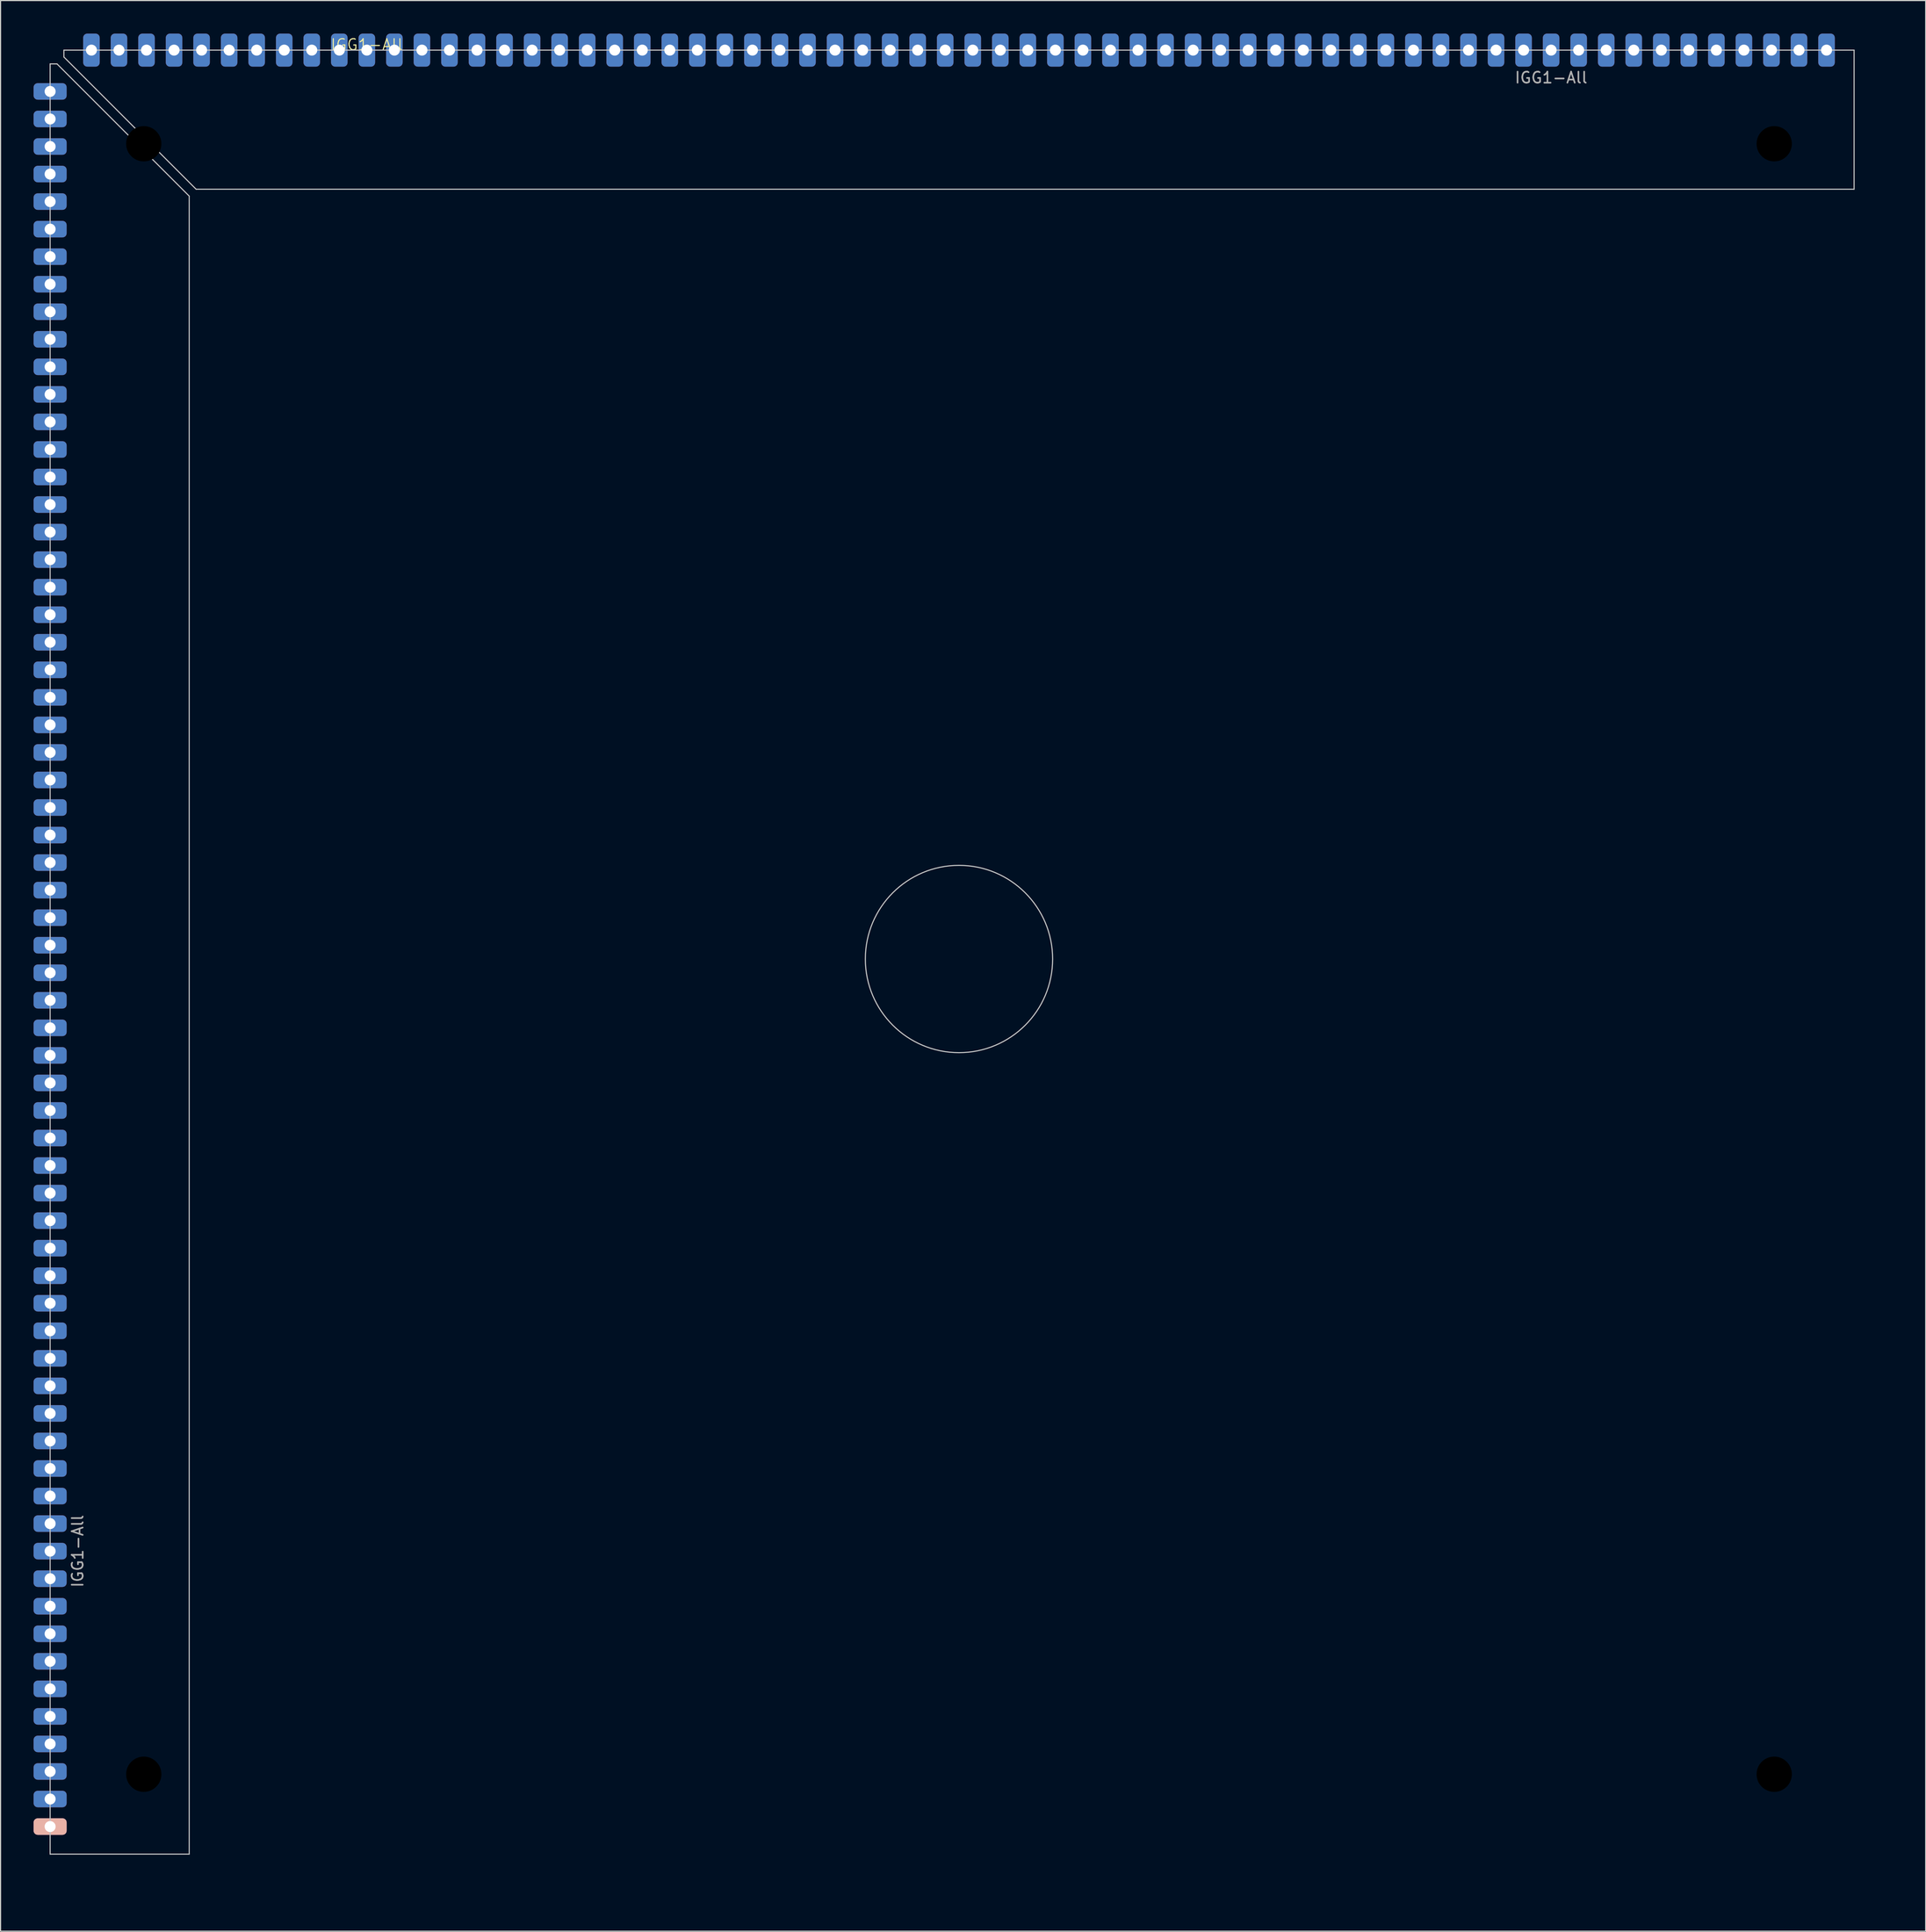
<source format=kicad_pcb>
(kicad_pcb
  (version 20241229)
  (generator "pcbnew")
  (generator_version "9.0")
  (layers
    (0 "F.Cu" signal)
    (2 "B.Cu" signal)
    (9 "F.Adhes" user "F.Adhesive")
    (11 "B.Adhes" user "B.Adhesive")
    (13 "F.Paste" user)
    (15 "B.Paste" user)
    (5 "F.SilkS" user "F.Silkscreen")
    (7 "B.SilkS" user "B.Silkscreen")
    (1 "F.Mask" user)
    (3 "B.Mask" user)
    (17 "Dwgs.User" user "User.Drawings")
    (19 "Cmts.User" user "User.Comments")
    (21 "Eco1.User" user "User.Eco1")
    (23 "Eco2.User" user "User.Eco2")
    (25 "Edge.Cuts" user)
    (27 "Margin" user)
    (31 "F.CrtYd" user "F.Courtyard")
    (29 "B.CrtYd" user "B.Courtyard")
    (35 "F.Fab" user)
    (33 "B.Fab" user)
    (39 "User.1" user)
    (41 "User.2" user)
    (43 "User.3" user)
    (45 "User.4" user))
  (footprint "IGG1-All"
    (layer "F.Cu")
    (at 4.25 1.5)
    (property "Reference" "IGG1-All" (at 26 -0.5 0) (unlocked yes) (layer "F.SilkS") (effects (font (size 1 1) (thickness 0.1))))
    (attr smd)
    (fp_line (start -2.75 163.75) (end -2.75 1.25) (stroke (width 0.1) (type default)) (layer "Dwgs.User"))
    (fp_line (start -2.125 1.25) (end -2.75 1.25) (stroke (width 0.1) (type default)) (layer "Dwgs.User"))
    (fp_line (start -2.125 1.25) (end 9.875 13.25) (stroke (width 0.1) (type default)) (layer "Dwgs.User"))
    (fp_line (start -1.5 0.625) (end -1.5 0) (stroke (width 0.1) (type default)) (layer "Dwgs.User"))
    (fp_line (start -1.5 0.625) (end 10.5 12.625) (stroke (width 0.1) (type default)) (layer "Dwgs.User"))
    (fp_line (start 9.875 13.25) (end 9.875 163.75) (stroke (width 0.1) (type default)) (layer "Dwgs.User"))
    (fp_line (start 9.875 163.75) (end -2.75 163.75) (stroke (width 0.1) (type default)) (layer "Dwgs.User"))
    (fp_line (start 10.5 12.625) (end 161 12.625) (stroke (width 0.1) (type default)) (layer "Dwgs.User"))
    (fp_line (start 161 0) (end -1.5 0) (stroke (width 0.1) (type default)) (layer "Dwgs.User"))
    (fp_line (start 161 12.625) (end 161 0) (stroke (width 0.1) (type default)) (layer "Dwgs.User"))
    (fp_circle (center 79.75 82.5) (end 88.25 82.5) (stroke (width 0.1) (type default)) (fill no) (layer "Dwgs.User"))
    (fp_text user "${REFERENCE}" (at 133.5 2.5 0) (unlocked yes) (layer "F.Fab") (effects (font (size 1 1) (thickness 0.15))))
    (fp_text user "${REFERENCE}" (at -0.25 136.25 90) (unlocked yes) (layer "F.Fab") (effects (font (size 1 1) (thickness 0.15))))
    (pad "" np_thru_hole circle (at 5.75 8.5 270) (size 7 7) (drill 3.2) (layers "*.Mask"))
    (pad "" np_thru_hole circle (at 5.75 156.5 180) (size 7 7) (drill 3.2) (layers "*.Mask"))
    (pad "" np_thru_hole circle (at 153.75 8.5 270) (size 7 7) (drill 3.2) (layers "*.Mask"))
    (pad "" np_thru_hole circle (at 153.75 156.5 270) (size 7 7) (drill 3.2) (layers "*.Mask"))
    (pad "1" thru_hole roundrect (at -2.75 161.25 180) (size 3 1.5) (drill 1) (layers "*.Cu" "F.Mask" "B.SilkS") (roundrect_rratio 0.25))
    (pad "2" thru_hole roundrect (at -2.75 158.75 180) (size 3 1.5) (drill 1) (layers "*.Cu" "*.Mask") (roundrect_rratio 0.25))
    (pad "3" thru_hole roundrect (at -2.75 156.25 180) (size 3 1.5) (drill 1) (layers "*.Cu" "*.Mask") (roundrect_rratio 0.25))
    (pad "4" thru_hole roundrect (at -2.75 153.75 180) (size 3 1.5) (drill 1) (layers "*.Cu" "*.Mask") (roundrect_rratio 0.25))
    (pad "5" thru_hole roundrect (at -2.75 151.25 180) (size 3 1.5) (drill 1) (layers "*.Cu" "*.Mask") (roundrect_rratio 0.25))
    (pad "6" thru_hole roundrect (at -2.75 148.75 180) (size 3 1.5) (drill 1) (layers "*.Cu" "*.Mask") (roundrect_rratio 0.25))
    (pad "7" thru_hole roundrect (at -2.75 146.25 180) (size 3 1.5) (drill 1) (layers "*.Cu" "*.Mask") (roundrect_rratio 0.25))
    (pad "8" thru_hole roundrect (at -2.75 143.75 180) (size 3 1.5) (drill 1) (layers "*.Cu" "*.Mask") (roundrect_rratio 0.25))
    (pad "9" thru_hole roundrect (at -2.75 141.25 180) (size 3 1.5) (drill 1) (layers "*.Cu" "*.Mask") (roundrect_rratio 0.25))
    (pad "10" thru_hole roundrect (at -2.75 138.75 180) (size 3 1.5) (drill 1) (layers "*.Cu" "*.Mask") (roundrect_rratio 0.25))
    (pad "11" thru_hole roundrect (at -2.75 136.25 180) (size 3 1.5) (drill 1) (layers "*.Cu" "*.Mask") (roundrect_rratio 0.25))
    (pad "12" thru_hole roundrect (at -2.75 133.75 180) (size 3 1.5) (drill 1) (layers "*.Cu" "*.Mask") (roundrect_rratio 0.25))
    (pad "13" thru_hole roundrect (at -2.75 131.25 180) (size 3 1.5) (drill 1) (layers "*.Cu" "*.Mask") (roundrect_rratio 0.25))
    (pad "14" thru_hole roundrect (at -2.75 128.75 180) (size 3 1.5) (drill 1) (layers "*.Cu" "*.Mask") (roundrect_rratio 0.25))
    (pad "15" thru_hole roundrect (at -2.75 126.25 180) (size 3 1.5) (drill 1) (layers "*.Cu" "*.Mask") (roundrect_rratio 0.25))
    (pad "16" thru_hole roundrect (at -2.75 123.75 180) (size 3 1.5) (drill 1) (layers "*.Cu" "*.Mask") (roundrect_rratio 0.25))
    (pad "17" thru_hole roundrect (at -2.75 121.25 180) (size 3 1.5) (drill 1) (layers "*.Cu" "*.Mask") (roundrect_rratio 0.25))
    (pad "18" thru_hole roundrect (at -2.75 118.75 180) (size 3 1.5) (drill 1) (layers "*.Cu" "*.Mask") (roundrect_rratio 0.25))
    (pad "19" thru_hole roundrect (at -2.75 116.25 180) (size 3 1.5) (drill 1) (layers "*.Cu" "*.Mask") (roundrect_rratio 0.25))
    (pad "20" thru_hole roundrect (at -2.75 113.75 180) (size 3 1.5) (drill 1) (layers "*.Cu" "*.Mask") (roundrect_rratio 0.25))
    (pad "21" thru_hole roundrect (at -2.75 111.25 180) (size 3 1.5) (drill 1) (layers "*.Cu" "*.Mask") (roundrect_rratio 0.25))
    (pad "22" thru_hole roundrect (at -2.75 108.75 180) (size 3 1.5) (drill 1) (layers "*.Cu" "*.Mask") (roundrect_rratio 0.25))
    (pad "23" thru_hole roundrect (at -2.75 106.25 180) (size 3 1.5) (drill 1) (layers "*.Cu" "*.Mask") (roundrect_rratio 0.25))
    (pad "24" thru_hole roundrect (at -2.75 103.75 180) (size 3 1.5) (drill 1) (layers "*.Cu" "*.Mask") (roundrect_rratio 0.25))
    (pad "25" thru_hole roundrect (at -2.75 101.25 180) (size 3 1.5) (drill 1) (layers "*.Cu" "*.Mask") (roundrect_rratio 0.25))
    (pad "26" thru_hole roundrect (at -2.75 98.75 180) (size 3 1.5) (drill 1) (layers "*.Cu" "*.Mask") (roundrect_rratio 0.25))
    (pad "27" thru_hole roundrect (at -2.75 96.25 180) (size 3 1.5) (drill 1) (layers "*.Cu" "*.Mask") (roundrect_rratio 0.25))
    (pad "28" thru_hole roundrect (at -2.75 93.75 180) (size 3 1.5) (drill 1) (layers "*.Cu" "*.Mask") (roundrect_rratio 0.25))
    (pad "29" thru_hole roundrect (at -2.75 91.25 180) (size 3 1.5) (drill 1) (layers "*.Cu" "*.Mask") (roundrect_rratio 0.25))
    (pad "30" thru_hole roundrect (at -2.75 88.75 180) (size 3 1.5) (drill 1) (layers "*.Cu" "*.Mask") (roundrect_rratio 0.25))
    (pad "31" thru_hole roundrect (at -2.75 86.25 180) (size 3 1.5) (drill 1) (layers "*.Cu" "*.Mask") (roundrect_rratio 0.25))
    (pad "32" thru_hole roundrect (at -2.75 83.75 180) (size 3 1.5) (drill 1) (layers "*.Cu" "*.Mask") (roundrect_rratio 0.25))
    (pad "33" thru_hole roundrect (at -2.75 81.25 180) (size 3 1.5) (drill 1) (layers "*.Cu" "*.Mask") (roundrect_rratio 0.25))
    (pad "34" thru_hole roundrect (at -2.75 78.75 180) (size 3 1.5) (drill 1) (layers "*.Cu" "*.Mask") (roundrect_rratio 0.25))
    (pad "35" thru_hole roundrect (at -2.75 76.25 180) (size 3 1.5) (drill 1) (layers "*.Cu" "*.Mask") (roundrect_rratio 0.25))
    (pad "36" thru_hole roundrect (at -2.75 73.75 180) (size 3 1.5) (drill 1) (layers "*.Cu" "*.Mask") (roundrect_rratio 0.25))
    (pad "37" thru_hole roundrect (at -2.75 71.25 180) (size 3 1.5) (drill 1) (layers "*.Cu" "*.Mask") (roundrect_rratio 0.25))
    (pad "38" thru_hole roundrect (at -2.75 68.75 180) (size 3 1.5) (drill 1) (layers "*.Cu" "*.Mask") (roundrect_rratio 0.25))
    (pad "39" thru_hole roundrect (at -2.75 66.25 180) (size 3 1.5) (drill 1) (layers "*.Cu" "*.Mask") (roundrect_rratio 0.25))
    (pad "40" thru_hole roundrect (at -2.75 63.75 180) (size 3 1.5) (drill 1) (layers "*.Cu" "*.Mask") (roundrect_rratio 0.25))
    (pad "41" thru_hole roundrect (at -2.75 61.25 180) (size 3 1.5) (drill 1) (layers "*.Cu" "*.Mask") (roundrect_rratio 0.25))
    (pad "42" thru_hole roundrect (at -2.75 58.75 180) (size 3 1.5) (drill 1) (layers "*.Cu" "*.Mask") (roundrect_rratio 0.25))
    (pad "43" thru_hole roundrect (at -2.75 56.25 180) (size 3 1.5) (drill 1) (layers "*.Cu" "*.Mask") (roundrect_rratio 0.25))
    (pad "44" thru_hole roundrect (at -2.75 53.75 180) (size 3 1.5) (drill 1) (layers "*.Cu" "*.Mask") (roundrect_rratio 0.25))
    (pad "45" thru_hole roundrect (at -2.75 51.25 180) (size 3 1.5) (drill 1) (layers "*.Cu" "*.Mask") (roundrect_rratio 0.25))
    (pad "46" thru_hole roundrect (at -2.75 48.75 180) (size 3 1.5) (drill 1) (layers "*.Cu" "*.Mask") (roundrect_rratio 0.25))
    (pad "47" thru_hole roundrect (at -2.75 46.25 180) (size 3 1.5) (drill 1) (layers "*.Cu" "*.Mask") (roundrect_rratio 0.25))
    (pad "48" thru_hole roundrect (at -2.75 43.75 180) (size 3 1.5) (drill 1) (layers "*.Cu" "*.Mask") (roundrect_rratio 0.25))
    (pad "49" thru_hole roundrect (at -2.75 41.25 180) (size 3 1.5) (drill 1) (layers "*.Cu" "*.Mask") (roundrect_rratio 0.25))
    (pad "50" thru_hole roundrect (at -2.75 38.75 180) (size 3 1.5) (drill 1) (layers "*.Cu" "*.Mask") (roundrect_rratio 0.25))
    (pad "51" thru_hole roundrect (at -2.75 36.25 180) (size 3 1.5) (drill 1) (layers "*.Cu" "*.Mask") (roundrect_rratio 0.25))
    (pad "52" thru_hole roundrect (at -2.75 33.75 180) (size 3 1.5) (drill 1) (layers "*.Cu" "*.Mask") (roundrect_rratio 0.25))
    (pad "53" thru_hole roundrect (at -2.75 31.25 180) (size 3 1.5) (drill 1) (layers "*.Cu" "*.Mask") (roundrect_rratio 0.25))
    (pad "54" thru_hole roundrect (at -2.75 28.75 180) (size 3 1.5) (drill 1) (layers "*.Cu" "*.Mask") (roundrect_rratio 0.25))
    (pad "55" thru_hole roundrect (at -2.75 26.25 180) (size 3 1.5) (drill 1) (layers "*.Cu" "*.Mask") (roundrect_rratio 0.25))
    (pad "56" thru_hole roundrect (at -2.75 23.75 180) (size 3 1.5) (drill 1) (layers "*.Cu" "*.Mask") (roundrect_rratio 0.25))
    (pad "57" thru_hole roundrect (at -2.75 21.25 180) (size 3 1.5) (drill 1) (layers "*.Cu" "*.Mask") (roundrect_rratio 0.25))
    (pad "58" thru_hole roundrect (at -2.75 18.75 180) (size 3 1.5) (drill 1) (layers "*.Cu" "*.Mask") (roundrect_rratio 0.25))
    (pad "59" thru_hole roundrect (at -2.75 16.25 180) (size 3 1.5) (drill 1) (layers "*.Cu" "*.Mask") (roundrect_rratio 0.25))
    (pad "60" thru_hole roundrect (at -2.75 13.75 180) (size 3 1.5) (drill 1) (layers "*.Cu" "*.Mask") (roundrect_rratio 0.25))
    (pad "61" thru_hole roundrect (at -2.75 11.25 180) (size 3 1.5) (drill 1) (layers "*.Cu" "*.Mask") (roundrect_rratio 0.25))
    (pad "62" thru_hole roundrect (at -2.75 8.75 180) (size 3 1.5) (drill 1) (layers "*.Cu" "*.Mask") (roundrect_rratio 0.25))
    (pad "63" thru_hole roundrect (at -2.75 6.25 180) (size 3 1.5) (drill 1) (layers "*.Cu" "*.Mask") (roundrect_rratio 0.25))
    (pad "64" thru_hole roundrect (at -2.75 3.75 180) (size 3 1.5) (drill 1) (layers "*.Cu" "*.Mask") (roundrect_rratio 0.25))
    (pad "65" thru_hole roundrect (at 1 0 90) (size 3 1.5) (drill 1) (layers "*.Cu" "*.Mask") (roundrect_rratio 0.25))
    (pad "66" thru_hole roundrect (at 3.5 0 90) (size 3 1.5) (drill 1) (layers "*.Cu" "*.Mask") (roundrect_rratio 0.25))
    (pad "67" thru_hole roundrect (at 6 0 90) (size 3 1.5) (drill 1) (layers "*.Cu" "*.Mask") (roundrect_rratio 0.25))
    (pad "68" thru_hole roundrect (at 8.5 0 90) (size 3 1.5) (drill 1) (layers "*.Cu" "*.Mask") (roundrect_rratio 0.25))
    (pad "69" thru_hole roundrect (at 11 0 90) (size 3 1.5) (drill 1) (layers "*.Cu" "*.Mask") (roundrect_rratio 0.25))
    (pad "70" thru_hole roundrect (at 13.5 0 90) (size 3 1.5) (drill 1) (layers "*.Cu" "*.Mask") (roundrect_rratio 0.25))
    (pad "71" thru_hole roundrect (at 16 0 90) (size 3 1.5) (drill 1) (layers "*.Cu" "*.Mask") (roundrect_rratio 0.25))
    (pad "72" thru_hole roundrect (at 18.5 0 90) (size 3 1.5) (drill 1) (layers "*.Cu" "*.Mask") (roundrect_rratio 0.25))
    (pad "73" thru_hole roundrect (at 21 0 90) (size 3 1.5) (drill 1) (layers "*.Cu" "*.Mask") (roundrect_rratio 0.25))
    (pad "74" thru_hole roundrect (at 23.5 0 90) (size 3 1.5) (drill 1) (layers "*.Cu" "*.Mask") (roundrect_rratio 0.25))
    (pad "75" thru_hole roundrect (at 26 0 90) (size 3 1.5) (drill 1) (layers "*.Cu" "*.Mask") (roundrect_rratio 0.25))
    (pad "76" thru_hole roundrect (at 28.5 0 90) (size 3 1.5) (drill 1) (layers "*.Cu" "*.Mask") (roundrect_rratio 0.25))
    (pad "77" thru_hole roundrect (at 31 0 90) (size 3 1.5) (drill 1) (layers "*.Cu" "*.Mask") (roundrect_rratio 0.25))
    (pad "78" thru_hole roundrect (at 33.5 0 90) (size 3 1.5) (drill 1) (layers "*.Cu" "*.Mask") (roundrect_rratio 0.25))
    (pad "79" thru_hole roundrect (at 36 0 90) (size 3 1.5) (drill 1) (layers "*.Cu" "*.Mask") (roundrect_rratio 0.25))
    (pad "80" thru_hole roundrect (at 38.5 0 90) (size 3 1.5) (drill 1) (layers "*.Cu" "*.Mask") (roundrect_rratio 0.25))
    (pad "81" thru_hole roundrect (at 41 0 90) (size 3 1.5) (drill 1) (layers "*.Cu" "*.Mask") (roundrect_rratio 0.25))
    (pad "82" thru_hole roundrect (at 43.5 0 90) (size 3 1.5) (drill 1) (layers "*.Cu" "*.Mask") (roundrect_rratio 0.25))
    (pad "83" thru_hole roundrect (at 46 0 90) (size 3 1.5) (drill 1) (layers "*.Cu" "*.Mask") (roundrect_rratio 0.25))
    (pad "84" thru_hole roundrect (at 48.5 0 90) (size 3 1.5) (drill 1) (layers "*.Cu" "*.Mask") (roundrect_rratio 0.25))
    (pad "85" thru_hole roundrect (at 51 0 90) (size 3 1.5) (drill 1) (layers "*.Cu" "*.Mask") (roundrect_rratio 0.25))
    (pad "86" thru_hole roundrect (at 53.5 0 90) (size 3 1.5) (drill 1) (layers "*.Cu" "*.Mask") (roundrect_rratio 0.25))
    (pad "87" thru_hole roundrect (at 56 0 90) (size 3 1.5) (drill 1) (layers "*.Cu" "*.Mask") (roundrect_rratio 0.25))
    (pad "88" thru_hole roundrect (at 58.5 0 90) (size 3 1.5) (drill 1) (layers "*.Cu" "*.Mask") (roundrect_rratio 0.25))
    (pad "89" thru_hole roundrect (at 61 0 90) (size 3 1.5) (drill 1) (layers "*.Cu" "*.Mask") (roundrect_rratio 0.25))
    (pad "90" thru_hole roundrect (at 63.5 0 90) (size 3 1.5) (drill 1) (layers "*.Cu" "*.Mask") (roundrect_rratio 0.25))
    (pad "91" thru_hole roundrect (at 66 0 90) (size 3 1.5) (drill 1) (layers "*.Cu" "*.Mask") (roundrect_rratio 0.25))
    (pad "92" thru_hole roundrect (at 68.5 0 90) (size 3 1.5) (drill 1) (layers "*.Cu" "*.Mask") (roundrect_rratio 0.25))
    (pad "93" thru_hole roundrect (at 71 0 90) (size 3 1.5) (drill 1) (layers "*.Cu" "*.Mask") (roundrect_rratio 0.25))
    (pad "94" thru_hole roundrect (at 73.5 0 90) (size 3 1.5) (drill 1) (layers "*.Cu" "*.Mask") (roundrect_rratio 0.25))
    (pad "95" thru_hole roundrect (at 76 0 90) (size 3 1.5) (drill 1) (layers "*.Cu" "*.Mask") (roundrect_rratio 0.25))
    (pad "96" thru_hole roundrect (at 78.5 0 90) (size 3 1.5) (drill 1) (layers "*.Cu" "*.Mask") (roundrect_rratio 0.25))
    (pad "97" thru_hole roundrect (at 81 0 90) (size 3 1.5) (drill 1) (layers "*.Cu" "*.Mask") (roundrect_rratio 0.25))
    (pad "98" thru_hole roundrect (at 83.5 0 90) (size 3 1.5) (drill 1) (layers "*.Cu" "*.Mask") (roundrect_rratio 0.25))
    (pad "99" thru_hole roundrect (at 86 0 90) (size 3 1.5) (drill 1) (layers "*.Cu" "*.Mask") (roundrect_rratio 0.25))
    (pad "100" thru_hole roundrect (at 88.5 0 90) (size 3 1.5) (drill 1) (layers "*.Cu" "*.Mask") (roundrect_rratio 0.25))
    (pad "101" thru_hole roundrect (at 91 0 90) (size 3 1.5) (drill 1) (layers "*.Cu" "*.Mask") (roundrect_rratio 0.25))
    (pad "102" thru_hole roundrect (at 93.5 0 90) (size 3 1.5) (drill 1) (layers "*.Cu" "*.Mask") (roundrect_rratio 0.25))
    (pad "103" thru_hole roundrect (at 96 0 90) (size 3 1.5) (drill 1) (layers "*.Cu" "*.Mask") (roundrect_rratio 0.25))
    (pad "104" thru_hole roundrect (at 98.5 0 90) (size 3 1.5) (drill 1) (layers "*.Cu" "*.Mask") (roundrect_rratio 0.25))
    (pad "105" thru_hole roundrect (at 101 0 90) (size 3 1.5) (drill 1) (layers "*.Cu" "*.Mask") (roundrect_rratio 0.25))
    (pad "106" thru_hole roundrect (at 103.5 0 90) (size 3 1.5) (drill 1) (layers "*.Cu" "*.Mask") (roundrect_rratio 0.25))
    (pad "107" thru_hole roundrect (at 106 0 90) (size 3 1.5) (drill 1) (layers "*.Cu" "*.Mask") (roundrect_rratio 0.25))
    (pad "108" thru_hole roundrect (at 108.5 0 90) (size 3 1.5) (drill 1) (layers "*.Cu" "*.Mask") (roundrect_rratio 0.25))
    (pad "109" thru_hole roundrect (at 111 0 90) (size 3 1.5) (drill 1) (layers "*.Cu" "*.Mask") (roundrect_rratio 0.25))
    (pad "110" thru_hole roundrect (at 113.5 0 90) (size 3 1.5) (drill 1) (layers "*.Cu" "*.Mask") (roundrect_rratio 0.25))
    (pad "111" thru_hole roundrect (at 116 0 90) (size 3 1.5) (drill 1) (layers "*.Cu" "*.Mask") (roundrect_rratio 0.25))
    (pad "112" thru_hole roundrect (at 118.5 0 90) (size 3 1.5) (drill 1) (layers "*.Cu" "*.Mask") (roundrect_rratio 0.25))
    (pad "113" thru_hole roundrect (at 121 0 90) (size 3 1.5) (drill 1) (layers "*.Cu" "*.Mask") (roundrect_rratio 0.25))
    (pad "114" thru_hole roundrect (at 123.5 0 90) (size 3 1.5) (drill 1) (layers "*.Cu" "*.Mask") (roundrect_rratio 0.25))
    (pad "115" thru_hole roundrect (at 126 0 90) (size 3 1.5) (drill 1) (layers "*.Cu" "*.Mask") (roundrect_rratio 0.25))
    (pad "116" thru_hole roundrect (at 128.5 0 90) (size 3 1.5) (drill 1) (layers "*.Cu" "*.Mask") (roundrect_rratio 0.25))
    (pad "117" thru_hole roundrect (at 131 0 90) (size 3 1.5) (drill 1) (layers "*.Cu" "*.Mask") (roundrect_rratio 0.25))
    (pad "118" thru_hole roundrect (at 133.5 0 90) (size 3 1.5) (drill 1) (layers "*.Cu" "*.Mask") (roundrect_rratio 0.25))
    (pad "119" thru_hole roundrect (at 136 0 90) (size 3 1.5) (drill 1) (layers "*.Cu" "*.Mask") (roundrect_rratio 0.25))
    (pad "120" thru_hole roundrect (at 138.5 0 90) (size 3 1.5) (drill 1) (layers "*.Cu" "*.Mask") (roundrect_rratio 0.25))
    (pad "121" thru_hole roundrect (at 141 0 90) (size 3 1.5) (drill 1) (layers "*.Cu" "*.Mask") (roundrect_rratio 0.25))
    (pad "122" thru_hole roundrect (at 143.5 0 90) (size 3 1.5) (drill 1) (layers "*.Cu" "*.Mask") (roundrect_rratio 0.25))
    (pad "123" thru_hole roundrect (at 146 0 90) (size 3 1.5) (drill 1) (layers "*.Cu" "*.Mask") (roundrect_rratio 0.25))
    (pad "124" thru_hole roundrect (at 148.5 0 90) (size 3 1.5) (drill 1) (layers "*.Cu" "*.Mask") (roundrect_rratio 0.25))
    (pad "125" thru_hole roundrect (at 151 0 90) (size 3 1.5) (drill 1) (layers "*.Cu" "*.Mask") (roundrect_rratio 0.25))
    (pad "126" thru_hole roundrect (at 153.5 0 90) (size 3 1.5) (drill 1) (layers "*.Cu" "*.Mask") (roundrect_rratio 0.25))
    (pad "127" thru_hole roundrect (at 156 0 90) (size 3 1.5) (drill 1) (layers "*.Cu" "*.Mask") (roundrect_rratio 0.25))
    (pad "128" thru_hole roundrect (at 158.5 0 90) (size 3 1.5) (drill 1) (layers "*.Cu" "*.Mask") (roundrect_rratio 0.25))
    (zone (net_name "") (layer "Dwgs.User") (hatch edge 0.5) (connect_pads) (min_thickness 0.25) (filled_areas_thickness no) (keepout (tracks not_allowed) (vias not_allowed) (pads not_allowed) (copperpour allowed) (footprints allowed)) (placement (enabled no)) (fill) (polygon (pts (xy 84 92.5) (xy 89.65 90.6) (xy 92.5 84) (xy 88.55 76.8) (xy 81.75 75.6) (xy 77.35 78.5) (xy 75.65 82.4) (xy 76.05 87.4) (xy 79.75 91.6))))
    (zone (net_name "") (layer "Margin") (name "Back pads") (hatch edge 0.5) (connect_pads) (min_thickness 0.25) (filled_areas_thickness no) (keepout (tracks not_allowed) (vias not_allowed) (pads not_allowed) (copperpour not_allowed) (footprints not_allowed)) (placement (enabled no)) (fill) (polygon (pts (xy 3.5 164.75) (xy 164 164.75) (xy 164.25 0.5) (xy 168.75 0.5) (xy 168.75 169.25) (xy 3.5 169.25)))))
  (gr_rect
    (start -3 -3)
    (end 171.75 172.25)
    (stroke (width 0.1) (type default))
    (fill no)
    (layer "Edge.Cuts")))
</source>
